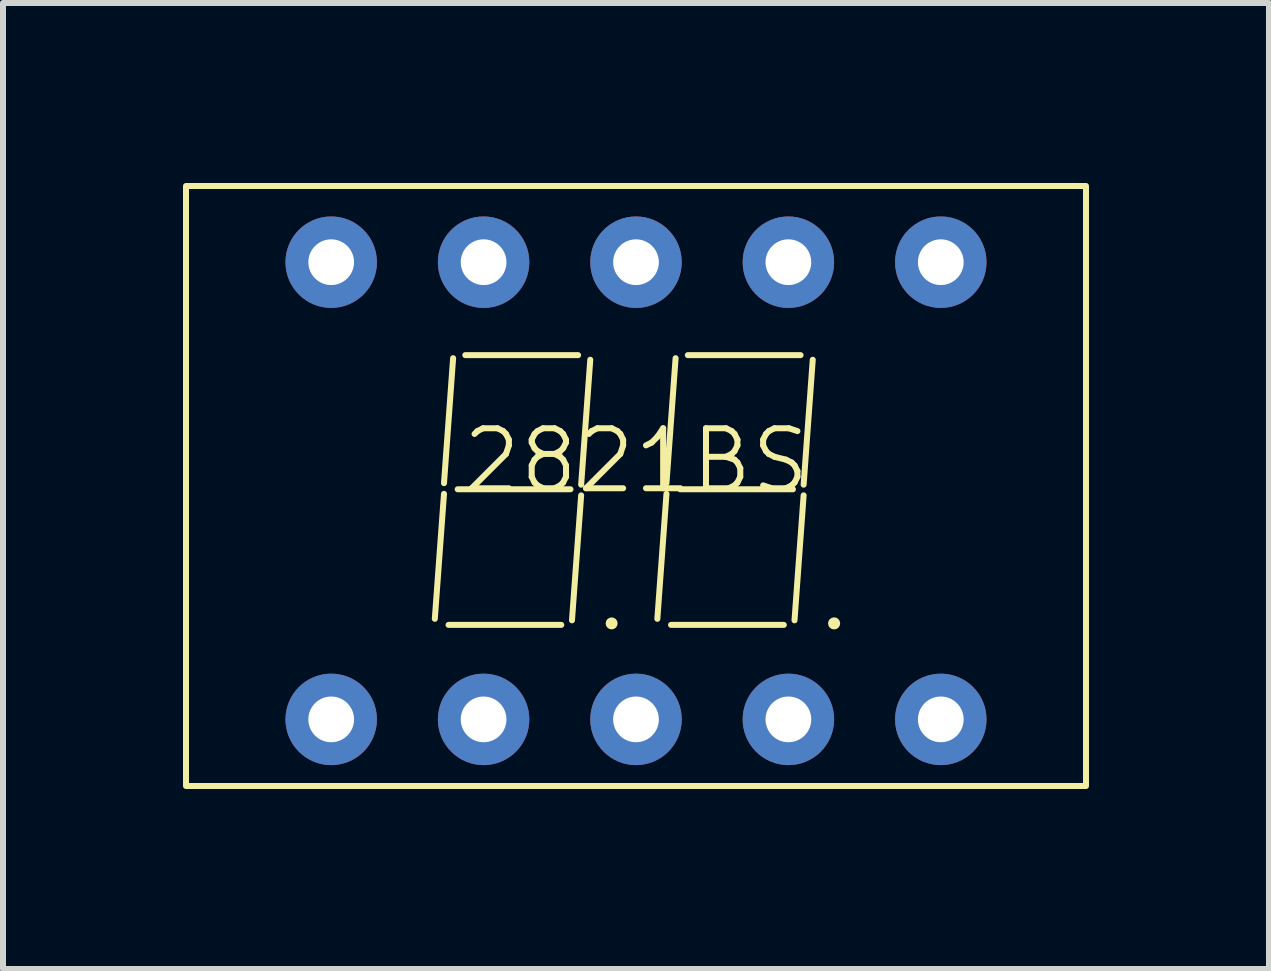
<source format=kicad_pcb>
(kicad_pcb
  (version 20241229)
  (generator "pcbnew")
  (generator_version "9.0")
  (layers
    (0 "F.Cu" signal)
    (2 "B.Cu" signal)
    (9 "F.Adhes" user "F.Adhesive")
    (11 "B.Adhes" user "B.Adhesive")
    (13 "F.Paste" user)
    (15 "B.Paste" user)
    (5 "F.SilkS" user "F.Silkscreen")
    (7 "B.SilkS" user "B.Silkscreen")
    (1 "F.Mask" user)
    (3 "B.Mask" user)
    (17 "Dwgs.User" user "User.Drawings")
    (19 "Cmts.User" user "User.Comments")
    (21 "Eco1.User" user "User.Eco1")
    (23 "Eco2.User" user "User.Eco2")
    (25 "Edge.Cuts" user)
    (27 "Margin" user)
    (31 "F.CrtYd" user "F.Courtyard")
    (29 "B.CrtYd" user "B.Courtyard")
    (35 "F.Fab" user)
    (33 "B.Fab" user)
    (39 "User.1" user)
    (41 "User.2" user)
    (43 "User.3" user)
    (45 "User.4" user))
  (footprint "2821BS"
    (layer "F.Cu")
    (at 7.55 5.13)
    (property "Reference" "2821BS" (at 0 -0.5 0) (unlocked yes) (layer "F.SilkS") (effects (font (size 1 1) (thickness 0.1))))
    (attr through_hole)
    (fp_line (start -3.2 0.051) (end -3.353 2.134) (stroke (width 0.1) (type default)) (layer "F.SilkS"))
    (fp_line (start -3.048 -2.21) (end -3.2 -0.127) (stroke (width 0.1) (type default)) (layer "F.SilkS"))
    (fp_line (start -1.245 2.235) (end -3.124 2.235) (stroke (width 0.1) (type default)) (layer "F.SilkS"))
    (fp_line (start -1.092 -0.025) (end -2.972 -0.025) (stroke (width 0.1) (type default)) (layer "F.SilkS"))
    (fp_line (start -0.965 -2.261) (end -2.845 -2.261) (stroke (width 0.1) (type default)) (layer "F.SilkS"))
    (fp_line (start -0.914 0.076) (end -1.067 2.159) (stroke (width 0.1) (type default)) (layer "F.SilkS"))
    (fp_line (start -0.762 -2.184) (end -0.914 -0.102) (stroke (width 0.1) (type default)) (layer "F.SilkS"))
    (fp_line (start 0.508 0.051) (end 0.356 2.134) (stroke (width 0.1) (type default)) (layer "F.SilkS"))
    (fp_line (start 0.66 -2.21) (end 0.508 -0.127) (stroke (width 0.1) (type default)) (layer "F.SilkS"))
    (fp_line (start 2.464 2.235) (end 0.584 2.235) (stroke (width 0.1) (type default)) (layer "F.SilkS"))
    (fp_line (start 2.616 -0.025) (end 0.737 -0.025) (stroke (width 0.1) (type default)) (layer "F.SilkS"))
    (fp_line (start 2.743 -2.261) (end 0.864 -2.261) (stroke (width 0.1) (type default)) (layer "F.SilkS"))
    (fp_line (start 2.794 0.076) (end 2.642 2.159) (stroke (width 0.1) (type default)) (layer "F.SilkS"))
    (fp_line (start 2.946 -2.184) (end 2.794 -0.102) (stroke (width 0.1) (type default)) (layer "F.SilkS"))
    (fp_rect (start -7.5 -5.08) (end 7.5 4.92) (stroke (width 0.1) (type default)) (fill no) (layer "F.SilkS"))
    (fp_circle (center -0.406 2.21) (end -0.356 2.21) (stroke (width 0.1) (type default)) (fill no) (layer "F.SilkS"))
    (fp_circle (center 3.302 2.21) (end 3.353 2.21) (stroke (width 0.1) (type default)) (fill no) (layer "F.SilkS"))
    (pad "1" thru_hole circle (at -5.08 3.81) (size 1.524 1.524) (drill 0.762) (layers "*.Cu" "*.Mask"))
    (pad "2" thru_hole circle (at -2.54 3.81) (size 1.524 1.524) (drill 0.762) (layers "*.Cu" "*.Mask"))
    (pad "3" thru_hole circle (at 0 3.81) (size 1.524 1.524) (drill 0.762) (layers "*.Cu" "*.Mask"))
    (pad "4" thru_hole circle (at 2.54 3.81) (size 1.524 1.524) (drill 0.762) (layers "*.Cu" "*.Mask"))
    (pad "5" thru_hole circle (at 5.08 3.81) (size 1.524 1.524) (drill 0.762) (layers "*.Cu" "*.Mask"))
    (pad "6" thru_hole circle (at 5.08 -3.81) (size 1.524 1.524) (drill 0.762) (layers "*.Cu" "*.Mask"))
    (pad "7" thru_hole circle (at 2.54 -3.81) (size 1.524 1.524) (drill 0.762) (layers "*.Cu" "*.Mask"))
    (pad "8" thru_hole circle (at 0 -3.81) (size 1.524 1.524) (drill 0.762) (layers "*.Cu" "*.Mask"))
    (pad "9" thru_hole circle (at -2.54 -3.81) (size 1.524 1.524) (drill 0.762) (layers "*.Cu" "*.Mask"))
    (pad "10" thru_hole circle (at -5.08 -3.81) (size 1.524 1.524) (drill 0.762) (layers "*.Cu" "*.Mask")))
  (gr_rect
    (start -3 -3)
    (end 18.1 13.1)
    (stroke (width 0.1) (type default))
    (fill no)
    (layer "Edge.Cuts")))
</source>
